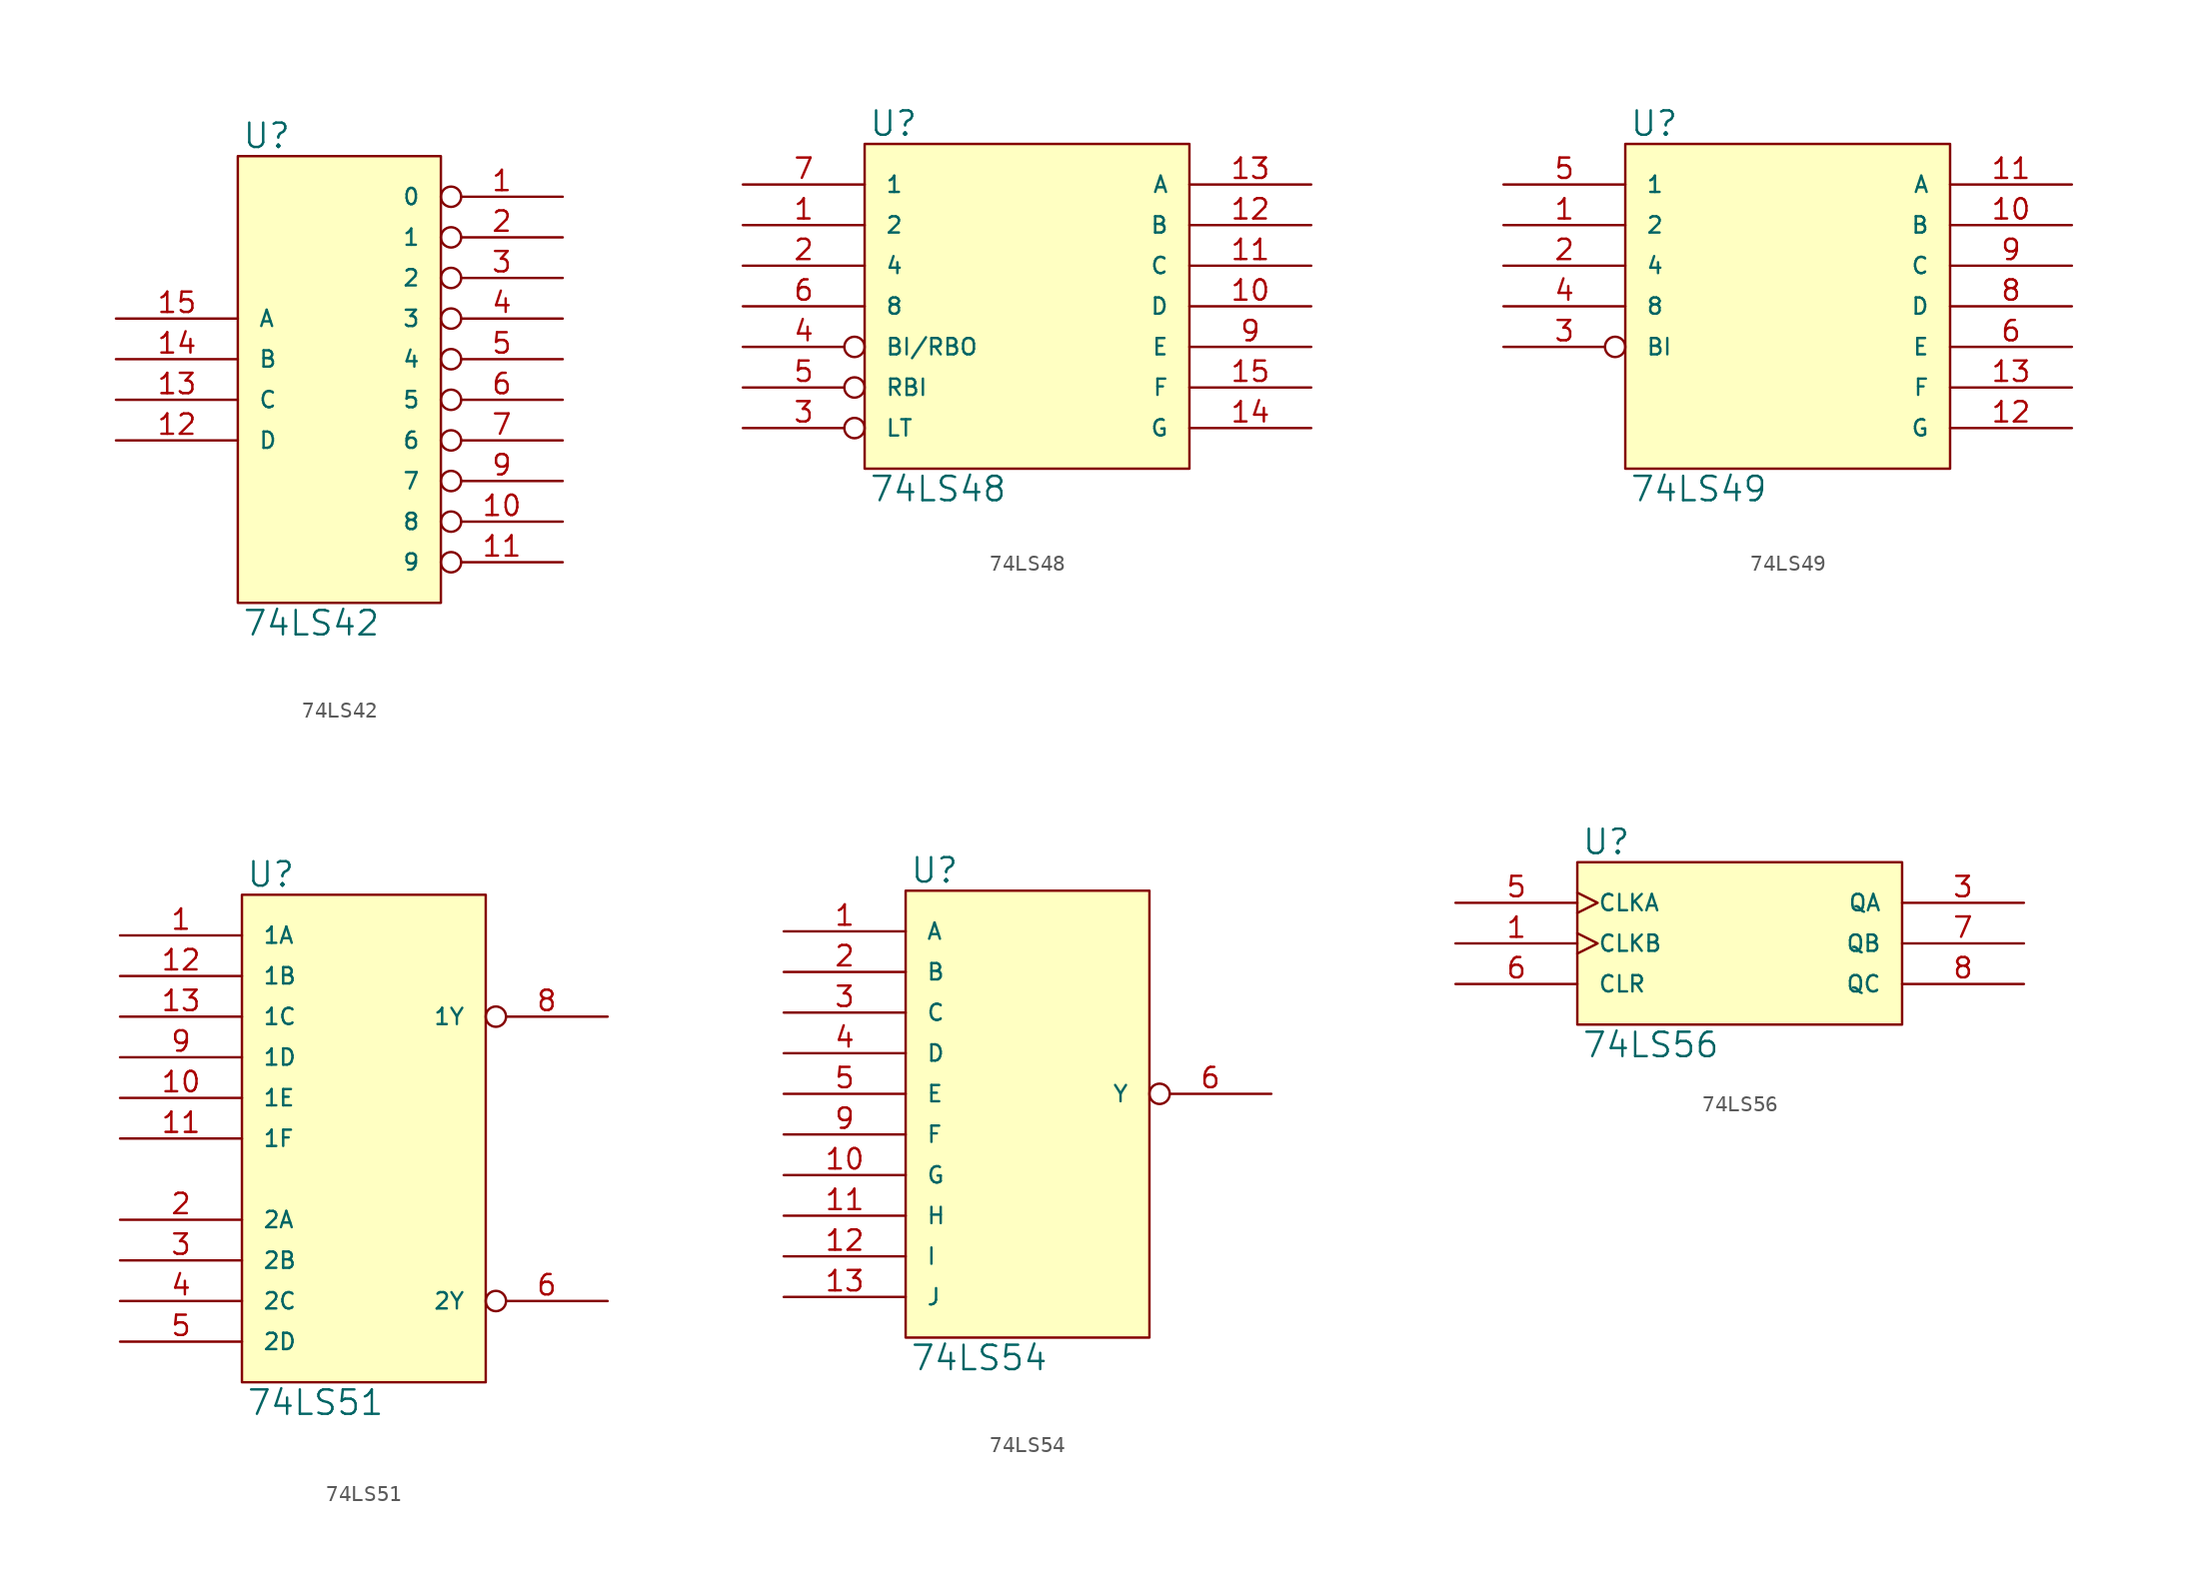
<source format=kicad_sym>
(kicad_symbol_lib
  (version 20231120)
  (generator "kicad_symbol_editor")
  (generator_version "8.0")
  (symbol "74LS42"
    (pin_names
      (offset 1.27))
    (property "Reference" "U"
      (at 0.254 0.381 0)
      (effects (font (size 1.524 1.524)) (justify left bottom)))
    (property "Value" "74LS42"
      (at 0.254 -28.321 0)
      (effects (font (size 1.524 1.524)) (justify left top)))
    (symbol "74LS42_0_1"
      (rectangle (start 0 0) (end 12.7 -27.94) (stroke (width 0) (type solid)) (fill (type background))))
    (symbol "74LS42_1_1"
      (pin output inverted (at 20.32 -2.54 180) (length 7.62) (name "0" (effects (font (size 1.016 1.016)))) (number "1" (effects (font (size 1.27 1.27)))))
      (pin output inverted (at 20.32 -22.86 180) (length 7.62) (name "8" (effects (font (size 1.016 1.016)))) (number "10" (effects (font (size 1.27 1.27)))))
      (pin output inverted (at 20.32 -25.4 180) (length 7.62) (name "9" (effects (font (size 1.016 1.016)))) (number "11" (effects (font (size 1.27 1.27)))))
      (pin input line (at -7.62 -17.78 0) (length 7.62) (name "D" (effects (font (size 1.016 1.016)))) (number "12" (effects (font (size 1.27 1.27)))))
      (pin input line (at -7.62 -15.24 0) (length 7.62) (name "C" (effects (font (size 1.016 1.016)))) (number "13" (effects (font (size 1.27 1.27)))))
      (pin input line (at -7.62 -12.7 0) (length 7.62) (name "B" (effects (font (size 1.016 1.016)))) (number "14" (effects (font (size 1.27 1.27)))))
      (pin input line (at -7.62 -10.16 0) (length 7.62) (name "A" (effects (font (size 1.016 1.016)))) (number "15" (effects (font (size 1.27 1.27)))))
      (pin power_in line (at 0 0 270) (length 0) hide (name "VCC" (effects (font (size 1.016 1.016)))) (number "16" (effects (font (size 1.27 1.27)))))
      (pin output inverted (at 20.32 -5.08 180) (length 7.62) (name "1" (effects (font (size 1.016 1.016)))) (number "2" (effects (font (size 1.27 1.27)))))
      (pin output inverted (at 20.32 -7.62 180) (length 7.62) (name "2" (effects (font (size 1.016 1.016)))) (number "3" (effects (font (size 1.27 1.27)))))
      (pin output inverted (at 20.32 -10.16 180) (length 7.62) (name "3" (effects (font (size 1.016 1.016)))) (number "4" (effects (font (size 1.27 1.27)))))
      (pin output inverted (at 20.32 -12.7 180) (length 7.62) (name "4" (effects (font (size 1.016 1.016)))) (number "5" (effects (font (size 1.27 1.27)))))
      (pin output inverted (at 20.32 -15.24 180) (length 7.62) (name "5" (effects (font (size 1.016 1.016)))) (number "6" (effects (font (size 1.27 1.27)))))
      (pin output inverted (at 20.32 -17.78 180) (length 7.62) (name "6" (effects (font (size 1.016 1.016)))) (number "7" (effects (font (size 1.27 1.27)))))
      (pin power_in line (at 0 -27.94 90) (length 0) hide (name "GND" (effects (font (size 1.016 1.016)))) (number "8" (effects (font (size 1.27 1.27)))))
      (pin output inverted (at 20.32 -20.32 180) (length 7.62) (name "7" (effects (font (size 1.016 1.016)))) (number "9" (effects (font (size 1.27 1.27)))))))
  (symbol "74LS48"
    (pin_names
      (offset 1.27))
    (property "Reference" "U"
      (at 0.254 0.381 0)
      (effects (font (size 1.524 1.524)) (justify left bottom)))
    (property "Value" "74LS48"
      (at 0.254 -20.701 0)
      (effects (font (size 1.524 1.524)) (justify left top)))
    (symbol "74LS48_0_1"
      (rectangle (start 0 0) (end 20.32 -20.32) (stroke (width 0) (type solid)) (fill (type background))))
    (symbol "74LS48_1_1"
      (pin input line (at -7.62 -5.08 0) (length 7.62) (name "2" (effects (font (size 1.016 1.016)))) (number "1" (effects (font (size 1.27 1.27)))))
      (pin output line (at 27.94 -10.16 180) (length 7.62) (name "D" (effects (font (size 1.016 1.016)))) (number "10" (effects (font (size 1.27 1.27)))))
      (pin output line (at 27.94 -7.62 180) (length 7.62) (name "C" (effects (font (size 1.016 1.016)))) (number "11" (effects (font (size 1.27 1.27)))))
      (pin output line (at 27.94 -5.08 180) (length 7.62) (name "B" (effects (font (size 1.016 1.016)))) (number "12" (effects (font (size 1.27 1.27)))))
      (pin output line (at 27.94 -2.54 180) (length 7.62) (name "A" (effects (font (size 1.016 1.016)))) (number "13" (effects (font (size 1.27 1.27)))))
      (pin output line (at 27.94 -17.78 180) (length 7.62) (name "G" (effects (font (size 1.016 1.016)))) (number "14" (effects (font (size 1.27 1.27)))))
      (pin output line (at 27.94 -15.24 180) (length 7.62) (name "F" (effects (font (size 1.016 1.016)))) (number "15" (effects (font (size 1.27 1.27)))))
      (pin power_in line (at 0 0 270) (length 0) hide (name "VCC" (effects (font (size 1.016 1.016)))) (number "16" (effects (font (size 1.27 1.27)))))
      (pin input line (at -7.62 -7.62 0) (length 7.62) (name "4" (effects (font (size 1.016 1.016)))) (number "2" (effects (font (size 1.27 1.27)))))
      (pin input inverted (at -7.62 -17.78 0) (length 7.62) (name "LT" (effects (font (size 1.016 1.016)))) (number "3" (effects (font (size 1.27 1.27)))))
      (pin input inverted (at -7.62 -12.7 0) (length 7.62) (name "BI/RBO" (effects (font (size 1.016 1.016)))) (number "4" (effects (font (size 1.27 1.27)))))
      (pin input inverted (at -7.62 -15.24 0) (length 7.62) (name "RBI" (effects (font (size 1.016 1.016)))) (number "5" (effects (font (size 1.27 1.27)))))
      (pin input line (at -7.62 -10.16 0) (length 7.62) (name "8" (effects (font (size 1.016 1.016)))) (number "6" (effects (font (size 1.27 1.27)))))
      (pin input line (at -7.62 -2.54 0) (length 7.62) (name "1" (effects (font (size 1.016 1.016)))) (number "7" (effects (font (size 1.27 1.27)))))
      (pin power_in line (at 0 -20.32 90) (length 0) hide (name "GND" (effects (font (size 1.016 1.016)))) (number "8" (effects (font (size 1.27 1.27)))))
      (pin output line (at 27.94 -12.7 180) (length 7.62) (name "E" (effects (font (size 1.016 1.016)))) (number "9" (effects (font (size 1.27 1.27)))))))
  (symbol "74LS49"
    (pin_names
      (offset 1.27))
    (property "Reference" "U"
      (at 0.254 0.381 0)
      (effects (font (size 1.524 1.524)) (justify left bottom)))
    (property "Value" "74LS49"
      (at 0.254 -20.701 0)
      (effects (font (size 1.524 1.524)) (justify left top)))
    (symbol "74LS49_0_1"
      (rectangle (start 0 0) (end 20.32 -20.32) (stroke (width 0) (type solid)) (fill (type background))))
    (symbol "74LS49_1_1"
      (pin input line (at -7.62 -5.08 0) (length 7.62) (name "2" (effects (font (size 1.016 1.016)))) (number "1" (effects (font (size 1.27 1.27)))))
      (pin open_collector line (at 27.94 -5.08 180) (length 7.62) (name "B" (effects (font (size 1.016 1.016)))) (number "10" (effects (font (size 1.27 1.27)))))
      (pin open_collector line (at 27.94 -2.54 180) (length 7.62) (name "A" (effects (font (size 1.016 1.016)))) (number "11" (effects (font (size 1.27 1.27)))))
      (pin open_collector line (at 27.94 -17.78 180) (length 7.62) (name "G" (effects (font (size 1.016 1.016)))) (number "12" (effects (font (size 1.27 1.27)))))
      (pin open_collector line (at 27.94 -15.24 180) (length 7.62) (name "F" (effects (font (size 1.016 1.016)))) (number "13" (effects (font (size 1.27 1.27)))))
      (pin power_in line (at 0 0 270) (length 0) hide (name "VCC" (effects (font (size 1.016 1.016)))) (number "14" (effects (font (size 1.27 1.27)))))
      (pin input line (at -7.62 -7.62 0) (length 7.62) (name "4" (effects (font (size 1.016 1.016)))) (number "2" (effects (font (size 1.27 1.27)))))
      (pin input inverted (at -7.62 -12.7 0) (length 7.62) (name "BI" (effects (font (size 1.016 1.016)))) (number "3" (effects (font (size 1.27 1.27)))))
      (pin input line (at -7.62 -10.16 0) (length 7.62) (name "8" (effects (font (size 1.016 1.016)))) (number "4" (effects (font (size 1.27 1.27)))))
      (pin input line (at -7.62 -2.54 0) (length 7.62) (name "1" (effects (font (size 1.016 1.016)))) (number "5" (effects (font (size 1.27 1.27)))))
      (pin open_collector line (at 27.94 -12.7 180) (length 7.62) (name "E" (effects (font (size 1.016 1.016)))) (number "6" (effects (font (size 1.27 1.27)))))
      (pin power_in line (at 0 -20.32 90) (length 0) hide (name "GND" (effects (font (size 1.016 1.016)))) (number "7" (effects (font (size 1.27 1.27)))))
      (pin open_collector line (at 27.94 -10.16 180) (length 7.62) (name "D" (effects (font (size 1.016 1.016)))) (number "8" (effects (font (size 1.27 1.27)))))
      (pin open_collector line (at 27.94 -7.62 180) (length 7.62) (name "C" (effects (font (size 1.016 1.016)))) (number "9" (effects (font (size 1.27 1.27)))))))
  (symbol "74LS51"
    (pin_names
      (offset 1.27))
    (property "Reference" "U"
      (at 0.254 0.381 0)
      (effects (font (size 1.524 1.524)) (justify left bottom)))
    (property "Value" "74LS51"
      (at 0.254 -30.861 0)
      (effects (font (size 1.524 1.524)) (justify left top)))
    (symbol "74LS51_0_1"
      (rectangle (start 0 0) (end 15.24 -30.48) (stroke (width 0) (type solid)) (fill (type background))))
    (symbol "74LS51_1_1"
      (pin input line (at -7.62 -2.54 0) (length 7.62) (name "1A" (effects (font (size 1.016 1.016)))) (number "1" (effects (font (size 1.27 1.27)))))
      (pin input line (at -7.62 -12.7 0) (length 7.62) (name "1E" (effects (font (size 1.016 1.016)))) (number "10" (effects (font (size 1.27 1.27)))))
      (pin input line (at -7.62 -15.24 0) (length 7.62) (name "1F" (effects (font (size 1.016 1.016)))) (number "11" (effects (font (size 1.27 1.27)))))
      (pin input line (at -7.62 -5.08 0) (length 7.62) (name "1B" (effects (font (size 1.016 1.016)))) (number "12" (effects (font (size 1.27 1.27)))))
      (pin input line (at -7.62 -7.62 0) (length 7.62) (name "1C" (effects (font (size 1.016 1.016)))) (number "13" (effects (font (size 1.27 1.27)))))
      (pin power_in line (at 0 0 270) (length 0) hide (name "VCC" (effects (font (size 1.016 1.016)))) (number "14" (effects (font (size 1.27 1.27)))))
      (pin input line (at -7.62 -20.32 0) (length 7.62) (name "2A" (effects (font (size 1.016 1.016)))) (number "2" (effects (font (size 1.27 1.27)))))
      (pin input line (at -7.62 -22.86 0) (length 7.62) (name "2B" (effects (font (size 1.016 1.016)))) (number "3" (effects (font (size 1.27 1.27)))))
      (pin input line (at -7.62 -25.4 0) (length 7.62) (name "2C" (effects (font (size 1.016 1.016)))) (number "4" (effects (font (size 1.27 1.27)))))
      (pin input line (at -7.62 -27.94 0) (length 7.62) (name "2D" (effects (font (size 1.016 1.016)))) (number "5" (effects (font (size 1.27 1.27)))))
      (pin output inverted (at 22.86 -25.4 180) (length 7.62) (name "2Y" (effects (font (size 1.016 1.016)))) (number "6" (effects (font (size 1.27 1.27)))))
      (pin power_in line (at 0 -30.48 90) (length 0) hide (name "GND" (effects (font (size 1.016 1.016)))) (number "7" (effects (font (size 1.27 1.27)))))
      (pin output inverted (at 22.86 -7.62 180) (length 7.62) (name "1Y" (effects (font (size 1.016 1.016)))) (number "8" (effects (font (size 1.27 1.27)))))
      (pin input line (at -7.62 -10.16 0) (length 7.62) (name "1D" (effects (font (size 1.016 1.016)))) (number "9" (effects (font (size 1.27 1.27)))))))
  (symbol "74LS54"
    (pin_names
      (offset 1.27))
    (property "Reference" "U"
      (at 0.254 0.381 0)
      (effects (font (size 1.524 1.524)) (justify left bottom)))
    (property "Value" "74LS54"
      (at 0.254 -28.321 0)
      (effects (font (size 1.524 1.524)) (justify left top)))
    (symbol "74LS54_0_1"
      (rectangle (start 0 0) (end 15.24 -27.94) (stroke (width 0) (type solid)) (fill (type background))))
    (symbol "74LS54_1_1"
      (pin input line (at -7.62 -2.54 0) (length 7.62) (name "A" (effects (font (size 1.016 1.016)))) (number "1" (effects (font (size 1.27 1.27)))))
      (pin input line (at -7.62 -17.78 0) (length 7.62) (name "G" (effects (font (size 1.016 1.016)))) (number "10" (effects (font (size 1.27 1.27)))))
      (pin input line (at -7.62 -20.32 0) (length 7.62) (name "H" (effects (font (size 1.016 1.016)))) (number "11" (effects (font (size 1.27 1.27)))))
      (pin input line (at -7.62 -22.86 0) (length 7.62) (name "I" (effects (font (size 1.016 1.016)))) (number "12" (effects (font (size 1.27 1.27)))))
      (pin input line (at -7.62 -25.4 0) (length 7.62) (name "J" (effects (font (size 1.016 1.016)))) (number "13" (effects (font (size 1.27 1.27)))))
      (pin power_in line (at 0 0 270) (length 0) hide (name "VCC" (effects (font (size 1.016 1.016)))) (number "14" (effects (font (size 1.27 1.27)))))
      (pin input line (at -7.62 -5.08 0) (length 7.62) (name "B" (effects (font (size 1.016 1.016)))) (number "2" (effects (font (size 1.27 1.27)))))
      (pin input line (at -7.62 -7.62 0) (length 7.62) (name "C" (effects (font (size 1.016 1.016)))) (number "3" (effects (font (size 1.27 1.27)))))
      (pin input line (at -7.62 -10.16 0) (length 7.62) (name "D" (effects (font (size 1.016 1.016)))) (number "4" (effects (font (size 1.27 1.27)))))
      (pin input line (at -7.62 -12.7 0) (length 7.62) (name "E" (effects (font (size 1.016 1.016)))) (number "5" (effects (font (size 1.27 1.27)))))
      (pin output inverted (at 22.86 -12.7 180) (length 7.62) (name "Y" (effects (font (size 1.016 1.016)))) (number "6" (effects (font (size 1.27 1.27)))))
      (pin power_in line (at 0 -27.94 90) (length 0) hide (name "GND" (effects (font (size 1.016 1.016)))) (number "7" (effects (font (size 1.27 1.27)))))
      (pin input line (at -7.62 -15.24 0) (length 7.62) (name "F" (effects (font (size 1.016 1.016)))) (number "9" (effects (font (size 1.27 1.27)))))))
  (symbol "74LS56"
    (pin_names
      (offset 1.27))
    (property "Reference" "U"
      (at 0.254 0.381 0)
      (effects (font (size 1.524 1.524)) (justify left bottom)))
    (property "Value" "74LS56"
      (at 0.254 -10.541 0)
      (effects (font (size 1.524 1.524)) (justify left top)))
    (symbol "74LS56_0_1"
      (rectangle (start 0 0) (end 20.32 -10.16) (stroke (width 0) (type solid)) (fill (type background))))
    (symbol "74LS56_1_1"
      (pin input clock (at -7.62 -5.08 0) (length 7.62) (name "CLKB" (effects (font (size 1.016 1.016)))) (number "1" (effects (font (size 1.27 1.27)))))
      (pin power_in line (at 0 0 270) (length 0) hide (name "VCC" (effects (font (size 1.016 1.016)))) (number "2" (effects (font (size 1.27 1.27)))))
      (pin output line (at 27.94 -2.54 180) (length 7.62) (name "QA" (effects (font (size 1.016 1.016)))) (number "3" (effects (font (size 1.27 1.27)))))
      (pin power_in line (at 0 -10.16 90) (length 0) hide (name "GND" (effects (font (size 1.016 1.016)))) (number "4" (effects (font (size 1.27 1.27)))))
      (pin input clock (at -7.62 -2.54 0) (length 7.62) (name "CLKA" (effects (font (size 1.016 1.016)))) (number "5" (effects (font (size 1.27 1.27)))))
      (pin input line (at -7.62 -7.62 0) (length 7.62) (name "CLR" (effects (font (size 1.016 1.016)))) (number "6" (effects (font (size 1.27 1.27)))))
      (pin output line (at 27.94 -5.08 180) (length 7.62) (name "QB" (effects (font (size 1.016 1.016)))) (number "7" (effects (font (size 1.27 1.27)))))
      (pin output line (at 27.94 -7.62 180) (length 7.62) (name "QC" (effects (font (size 1.016 1.016)))) (number "8" (effects (font (size 1.27 1.27))))))))
</source>
